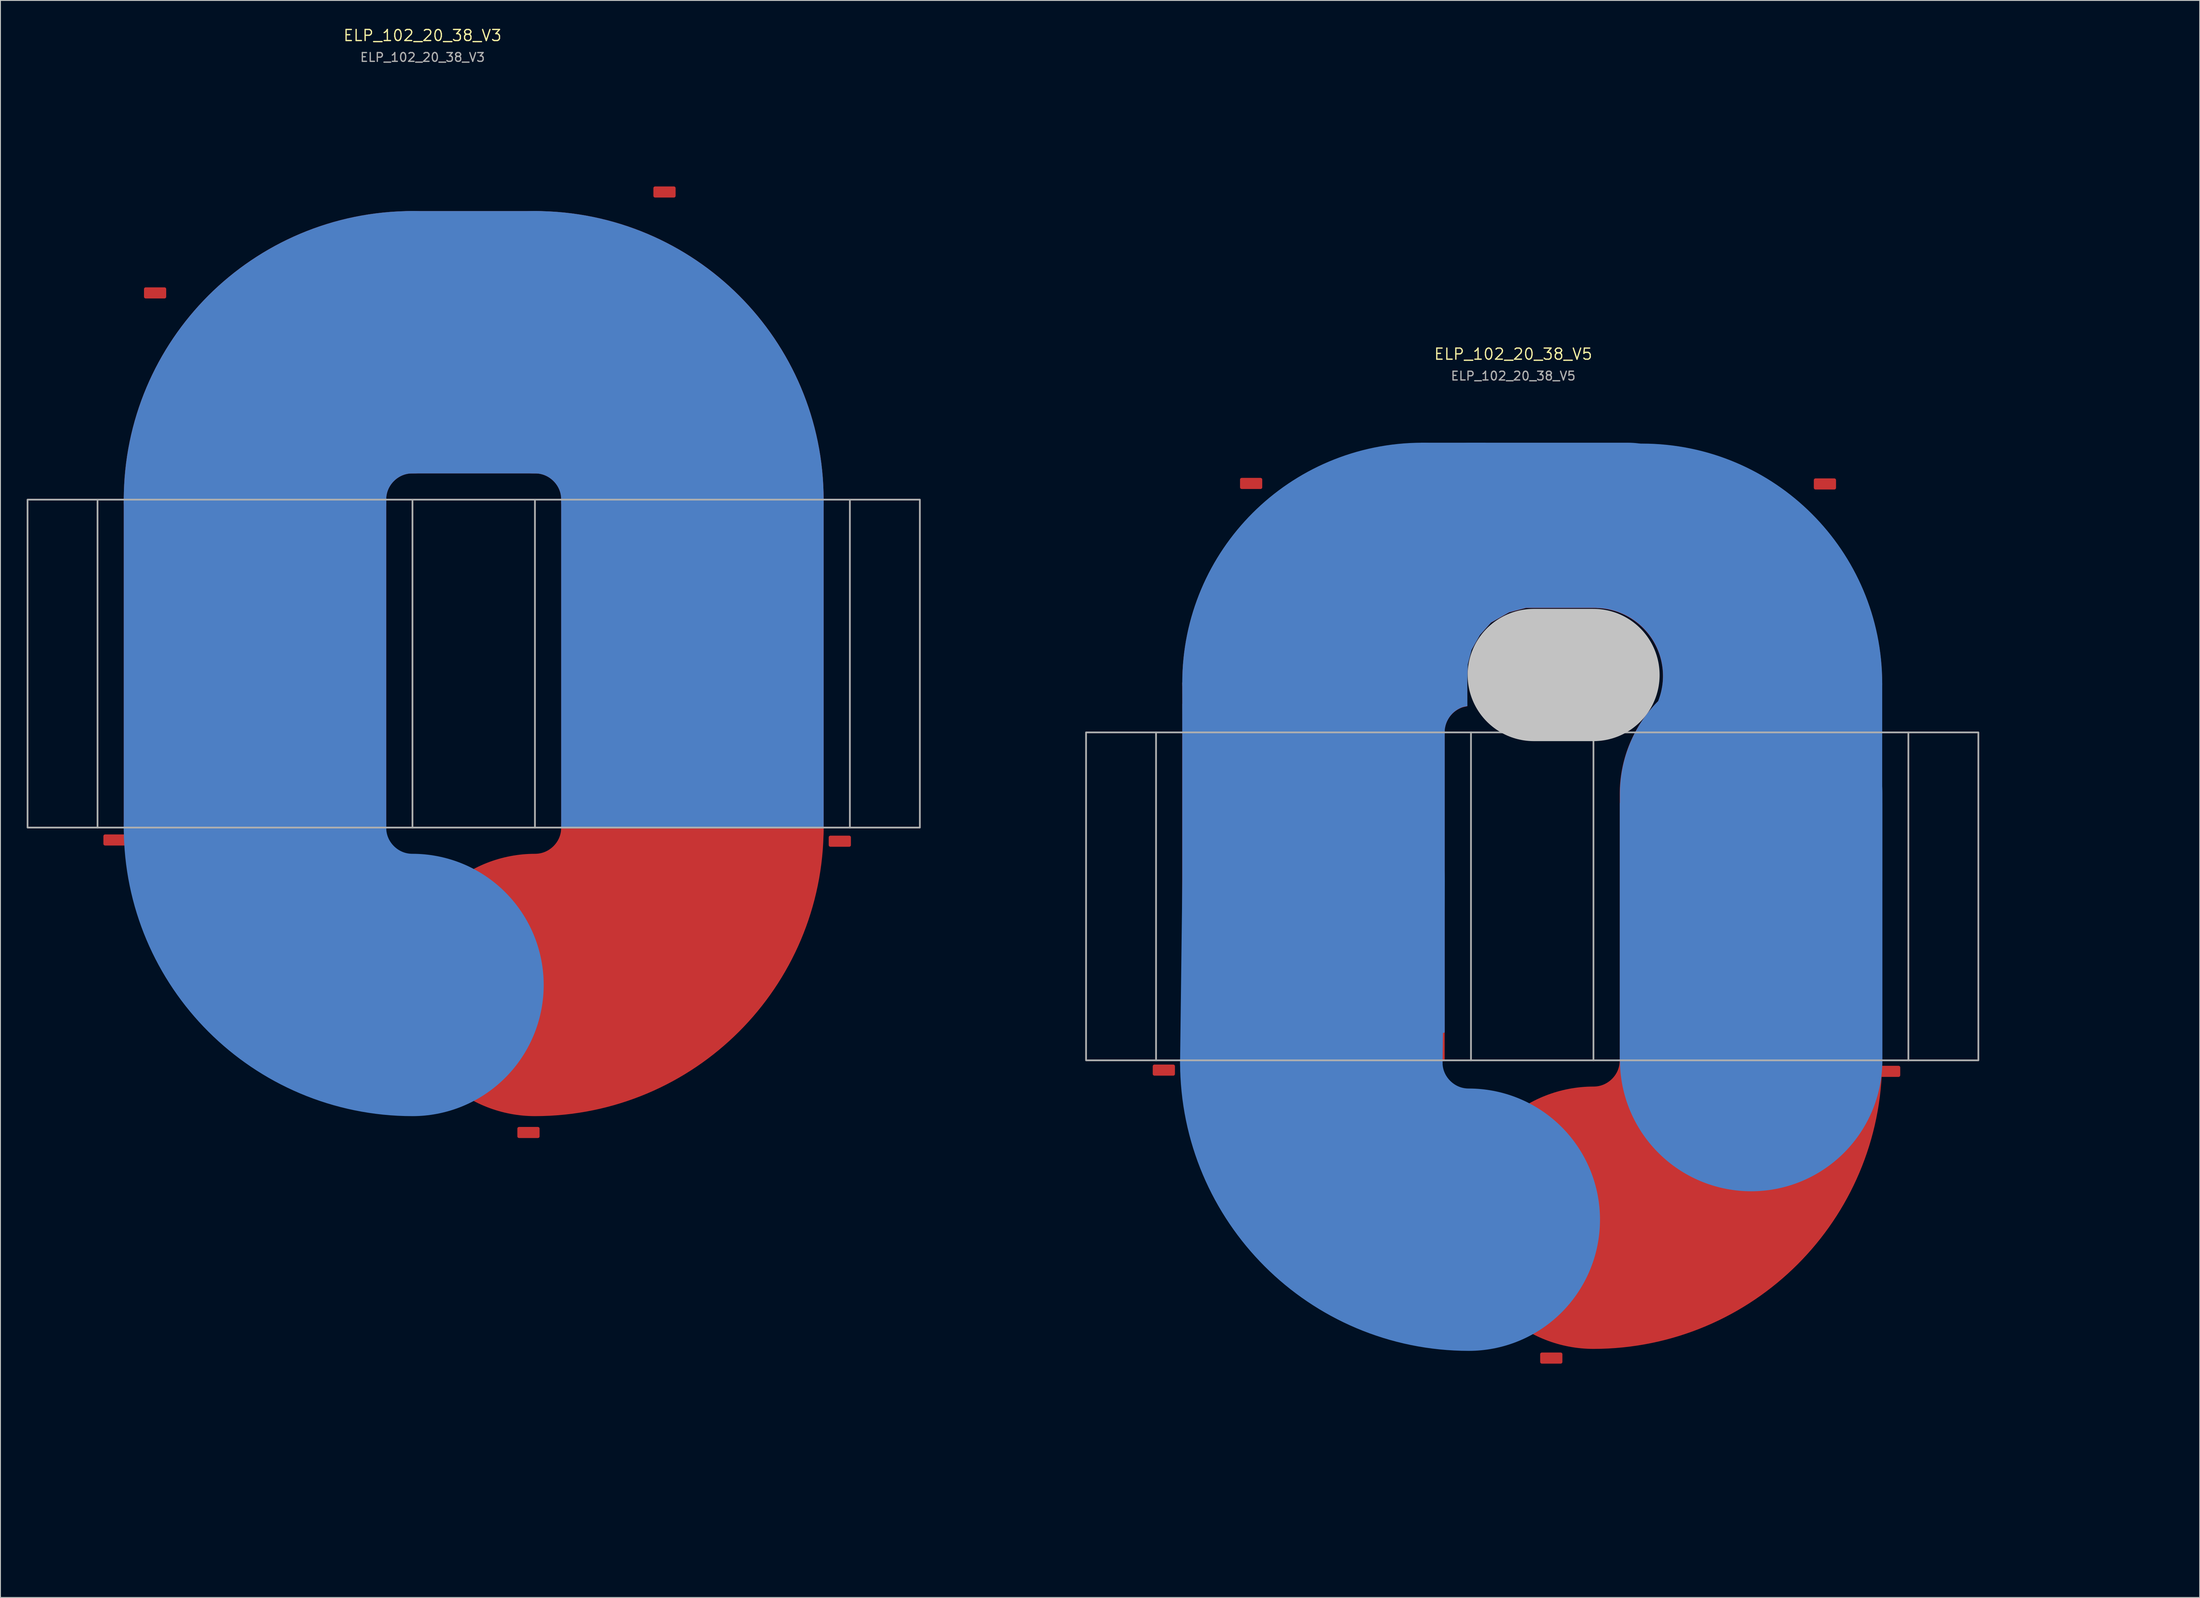
<source format=kicad_pcb>
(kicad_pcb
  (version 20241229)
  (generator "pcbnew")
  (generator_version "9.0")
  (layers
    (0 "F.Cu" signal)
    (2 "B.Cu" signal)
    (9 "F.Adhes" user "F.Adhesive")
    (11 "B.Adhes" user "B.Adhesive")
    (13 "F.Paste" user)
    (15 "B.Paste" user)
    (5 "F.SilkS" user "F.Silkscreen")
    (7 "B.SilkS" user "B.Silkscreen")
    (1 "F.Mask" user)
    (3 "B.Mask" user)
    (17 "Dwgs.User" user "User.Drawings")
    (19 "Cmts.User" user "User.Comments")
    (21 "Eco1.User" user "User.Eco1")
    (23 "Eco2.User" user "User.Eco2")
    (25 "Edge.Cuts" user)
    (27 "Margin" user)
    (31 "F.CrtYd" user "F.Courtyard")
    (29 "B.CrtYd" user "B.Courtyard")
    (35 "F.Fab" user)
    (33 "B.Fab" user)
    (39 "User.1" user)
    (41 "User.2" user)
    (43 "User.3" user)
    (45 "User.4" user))
  (footprint "ELP_102_20_38_V5"
    (layer "F.Cu")
    (at 169.93 37.443)
    (property "Reference" "ELP_102_20_38_V5" (at 0 0 0) (layer "F.SilkS") (effects (font (size 1.27 1.27) (thickness 0.15))))
    (fp_line (start 13.12 19.6) (end -4.83 19.6) (stroke (width 18.88) (type solid)) (layer "F.Cu"))
    (fp_line (start 27.17 80.76) (end 27.17 50.292) (stroke (width 30) (type default)) (layer "F.Cu"))
    (fp_rect (start -37.74 43.26) (end -7.94 80.76) (stroke (width 0.2) (type solid)) (fill yes) (layer "F.Cu"))
    (fp_rect (start -10.5 10.26) (end -3.22 12.23) (stroke (width 0.2) (type solid)) (fill yes) (layer "F.Cu"))
    (fp_rect (start 38.98 37.693) (end 42.07 60.233) (stroke (width 0.2) (type solid)) (fill yes) (layer "F.Cu"))
    (fp_arc (start -28.39 37.6) (mid -23.117922 24.872078) (end -10.39 19.6) (stroke (width 18.88) (type solid)) (layer "F.Cu"))
    (fp_arc (start -7.95 43.2725) (mid -7.207429 41.247374) (end -5.338526 40.170456) (stroke (width 0.2) (type solid)) (layer "F.Cu"))
    (fp_arc (start 9.58 28.902501) (mid 15.956736 32.463281) (end 16.711826 39.727698) (stroke (width 0.3) (type solid)) (layer "F.Cu"))
    (fp_arc (start 14.73 19.7) (mid 27.457922 24.972078) (end 32.73 37.7) (stroke (width 18.88) (type solid)) (layer "F.Cu"))
    (fp_arc (start 27.17 80.76) (mid 21.897922 93.487922) (end 9.17 98.76) (stroke (width 30) (type solid)) (layer "F.Cu"))
    (fp_poly (pts (xy -7.791 39.523) (xy -5.781 39.833) (xy -7.279 41.228) (xy -7.711 41.973) (xy -7.951 42.443) (xy -8.311 41.973)) (stroke (width 0.2) (type solid)) (fill yes) (layer "F.Cu"))
    (fp_poly (pts (xy 10.647 28.993) (xy 12.987 29.623) (xy 15.477 31.533) (xy 16.667 33.523) (xy 17.347 35.983) (xy 17.327 37.953) (xy 16.818 39.698) (xy 25.347 35.233) (xy 16.818 27.923) (xy 10.917 28.503)) (stroke (width 0.2) (type solid)) (fill yes) (layer "F.Cu"))
    (fp_poly (pts (xy 1.45 29.043) (xy -0.47 29.543) (xy -2.55 30.723) (xy -3.81 32.133) (xy -4.77 33.833) (xy -5.2 35.483) (xy -5.26 37.373) (xy -5.25 40.273) (xy -7.23 40.663) (xy -7.88 41.992) (xy -7.87 43.263) (xy -37.83 43.273) (xy -37.84 37.583) (xy -19.93 23.762)) (stroke (width 0) (type solid)) (fill yes) (layer "F.Cu"))
    (fp_line (start -23.082 80.985) (end -22.822 60.27) (stroke (width 30) (type default)) (layer "B.Cu"))
    (fp_line (start 13.128 19.575) (end -4.822 19.575) (stroke (width 18.88) (type solid)) (layer "B.Cu"))
    (fp_line (start 27.198 80.735) (end 27.198 50.267) (stroke (width 30) (type default)) (layer "B.Cu"))
    (fp_rect (start -37.732 40.017) (end -7.932 77.517) (stroke (width 0.2) (type solid)) (fill yes) (layer "B.Cu"))
    (fp_rect (start -10.492 10.235) (end -3.212 12.205) (stroke (width 0.2) (type solid)) (fill yes) (layer "B.Cu"))
    (fp_rect (start 12.278 51.385) (end 42.078 80.735) (stroke (width 0.2) (type solid)) (fill yes) (layer "B.Cu"))
    (fp_rect (start 38.988 37.667) (end 42.078 60.207) (stroke (width 0.2) (type solid)) (fill yes) (layer "B.Cu"))
    (fp_arc (start -28.391826 37.574718) (mid -23.119748 24.846796) (end -10.391826 19.574718) (stroke (width 18.88) (type solid)) (layer "B.Cu"))
    (fp_arc (start -7.941826 43.247218) (mid -7.199255 41.222091) (end -5.330352 40.145174) (stroke (width 0.2) (type solid)) (layer "B.Cu"))
    (fp_arc (start -5.081826 98.984718) (mid -17.809748 93.71264) (end -23.081826 80.984718) (stroke (width 30) (type solid)) (layer "B.Cu"))
    (fp_arc (start 9.588174 28.877219) (mid 15.96491 32.437999) (end 16.72 39.702416) (stroke (width 0.3) (type solid)) (layer "B.Cu"))
    (fp_arc (start 14.738174 19.674718) (mid 27.466096 24.946796) (end 32.738174 37.674718) (stroke (width 18.88) (type solid)) (layer "B.Cu"))
    (fp_poly (pts (xy -7.783 39.498) (xy -5.773 39.808) (xy -7.271 41.203) (xy -7.703 41.948) (xy -7.943 42.418) (xy -8.303 41.948)) (stroke (width 0.2) (type solid)) (fill yes) (layer "B.Cu"))
    (fp_poly (pts (xy 10.655 28.967) (xy 12.995 29.597) (xy 15.485 31.507) (xy 16.675 33.497) (xy 17.355 35.957) (xy 17.335 37.927) (xy 16.827 39.672) (xy 25.355 35.207) (xy 16.827 27.897) (xy 10.925 28.477)) (stroke (width 0.2) (type solid)) (fill yes) (layer "B.Cu"))
    (fp_poly (pts (xy 1.458 29.017) (xy -0.462 29.517) (xy -2.542 30.697) (xy -3.802 32.107) (xy -4.762 33.807) (xy -5.192 35.457) (xy -5.252 37.347) (xy -5.242 40.247) (xy -7.222 40.637) (xy -7.872 41.967) (xy -7.862 43.237) (xy -37.822 43.247) (xy -37.832 37.557) (xy -19.922 23.737)) (stroke (width 0) (type solid)) (fill yes) (layer "B.Cu"))
    (fp_line (start -34.267 19.96) (end -34.267 80.76) (stroke (width 7.125) (type default)) (layer "In1.Cu"))
    (fp_line (start -26.642 43.26) (end -26.642 80.76) (stroke (width 7.125) (type default)) (layer "In1.Cu"))
    (fp_line (start -19.017 43.26) (end -19.017 80.76) (stroke (width 7.125) (type default)) (layer "In1.Cu"))
    (fp_line (start -11.393 43.26) (end -11.393 80.76) (stroke (width 7.125) (type default)) (layer "In1.Cu"))
    (fp_line (start -4.83 87.323) (end 9.17 87.323) (stroke (width 7.125) (type default)) (layer "In1.Cu"))
    (fp_line (start -4.83 94.948) (end 9.17 94.948) (stroke (width 7.125) (type default)) (layer "In1.Cu"))
    (fp_line (start -4.83 102.573) (end 9.17 102.573) (stroke (width 7.125) (type default)) (layer "In1.Cu"))
    (fp_line (start -4.83 110.198) (end 9.17 110.198) (stroke (width 7.125) (type default)) (layer "In1.Cu"))
    (fp_line (start 9.17 13.822) (end 2.795 13.822) (stroke (width 7.125) (type default)) (layer "In1.Cu"))
    (fp_line (start 9.17 21.448) (end 2.795 21.448) (stroke (width 7.125) (type default)) (layer "In1.Cu"))
    (fp_line (start 9.17 29.073) (end 2.795 29.073) (stroke (width 7.125) (type default)) (layer "In1.Cu"))
    (fp_line (start 9.17 36.697) (end 2.35 36.697) (stroke (width 7.125) (type default)) (layer "In1.Cu"))
    (fp_line (start 15.732 80.76) (end 15.732 43.26) (stroke (width 7.125) (type default)) (layer "In1.Cu"))
    (fp_line (start 23.358 80.76) (end 23.358 43.26) (stroke (width 7.125) (type default)) (layer "In1.Cu"))
    (fp_line (start 30.983 80.76) (end 30.983 43.26) (stroke (width 7.125) (type default)) (layer "In1.Cu"))
    (fp_line (start 38.608 80.76) (end 38.608 43.26) (stroke (width 7.125) (type default)) (layer "In1.Cu"))
    (fp_arc (start -26.6425 43.26) (mid -18.020456 22.444544) (end 2.795 13.8225) (stroke (width 7.125) (type solid)) (layer "In1.Cu"))
    (fp_arc (start -19.0175 43.26) (mid -12.628767 27.836233) (end 2.795 21.4475) (stroke (width 7.125) (type solid)) (layer "In1.Cu"))
    (fp_arc (start -11.3925 43.26) (mid -7.237077 33.227923) (end 2.795 29.0725) (stroke (width 7.125) (type solid)) (layer "In1.Cu"))
    (fp_arc (start -4.83 87.3225) (mid -9.470388 85.400388) (end -11.3925 80.76) (stroke (width 7.125) (type solid)) (layer "In1.Cu"))
    (fp_arc (start -4.83 94.9475) (mid -14.862077 90.792077) (end -19.0175 80.76) (stroke (width 7.125) (type solid)) (layer "In1.Cu"))
    (fp_arc (start -4.83 102.5725) (mid -20.253767 96.183767) (end -26.6425 80.76) (stroke (width 7.125) (type solid)) (layer "In1.Cu"))
    (fp_arc (start -4.83 110.1975) (mid -25.645456 101.575456) (end -34.2675 80.76) (stroke (width 7.125) (type solid)) (layer "In1.Cu"))
    (fp_arc (start 9.17 13.8225) (mid 29.985456 22.444544) (end 38.6075 43.26) (stroke (width 7.125) (type solid)) (layer "In1.Cu"))
    (fp_arc (start 9.17 21.4475) (mid 24.593767 27.836233) (end 30.9825 43.26) (stroke (width 7.125) (type solid)) (layer "In1.Cu"))
    (fp_arc (start 9.17 29.0725) (mid 19.202077 33.227923) (end 23.3575 43.26) (stroke (width 7.125) (type solid)) (layer "In1.Cu"))
    (fp_arc (start 9.17 36.6975) (mid 13.810388 38.619612) (end 15.7325 43.26) (stroke (width 7.125) (type solid)) (layer "In1.Cu"))
    (fp_arc (start 15.7325 80.76) (mid 13.810388 85.400388) (end 9.17 87.3225) (stroke (width 7.125) (type solid)) (layer "In1.Cu"))
    (fp_arc (start 23.3575 80.76) (mid 19.202077 90.792077) (end 9.17 94.9475) (stroke (width 7.125) (type solid)) (layer "In1.Cu"))
    (fp_arc (start 30.9825 80.76) (mid 24.593767 96.183767) (end 9.17 102.5725) (stroke (width 7.125) (type solid)) (layer "In1.Cu"))
    (fp_arc (start 38.6075 80.76) (mid 29.985456 101.575456) (end 9.17 110.1975) (stroke (width 7.125) (type solid)) (layer "In1.Cu"))
    (fp_line (start 9.17 36.69) (end 2.35 36.69) (stroke (width 7.125) (type default)) (layer "In2.Cu"))
    (fp_line (start 9.17 36.697) (end 9.17 10.803) (stroke (width 7.125) (type default)) (layer "In2.Cu"))
    (fp_line (start 9.505 59.092) (end 9.505 28.665) (stroke (width 7.125) (type default)) (layer "In2.Cu"))
    (fp_line (start 9.535 59.085) (end 2.715 59.085) (stroke (width 7.125) (type default)) (layer "In2.Cu"))
    (fp_line (start 12.85 46.517) (end 12.85 16.09) (stroke (width 7.125) (type default)) (layer "In2.Cu"))
    (fp_line (start 12.88 46.51) (end 6.06 46.51) (stroke (width 7.125) (type default)) (layer "In2.Cu"))
    (fp_rect (start -64.63 -37.343) (end 75.37 139.088) (stroke (width 0.2) (type solid)) (fill no) (layer "In2.Cu"))
    (fp_line (start 9.17 36.697) (end 2.35 36.697) (stroke (width 15.125) (type solid)) (layer "Dwgs.User"))
    (fp_line (start -40.83 43.26) (end -40.83 80.76) (stroke (width 0.2) (type default)) (layer "F.Fab"))
    (fp_line (start -4.83 43.26) (end -4.83 80.76) (stroke (width 0.2) (type default)) (layer "F.Fab"))
    (fp_line (start 9.17 43.26) (end 9.17 80.76) (stroke (width 0.2) (type default)) (layer "F.Fab"))
    (fp_line (start 45.17 43.26) (end 45.17 80.76) (stroke (width 0.2) (type default)) (layer "F.Fab"))
    (fp_rect (start -48.83 43.26) (end 53.17 80.76) (stroke (width 0.2) (type solid)) (fill no) (layer "F.Fab"))
    (fp_text user "${REFERENCE}" (at 0 2.5 0) (unlocked yes) (layer "F.Fab") (effects (font (size 1 1) (thickness 0.15))))
    (pad "1" smd roundrect (at -29.96 14.79) (size 2.54 1.27) (layers "F.Cu") (roundrect_rratio 0.15))
    (pad "2" smd roundrect (at 35.63 14.85) (size 2.54 1.27) (layers "F.Cu") (roundrect_rratio 0.15))
    (pad "3" smd roundrect (at -39.94 81.88) (size 2.54 1.27) (layers "F.Cu") (roundrect_rratio 0.15))
    (pad "4" smd roundrect (at 4.35 114.81) (size 2.54 1.27) (layers "F.Cu") (roundrect_rratio 0.15))
    (pad "5" smd roundrect (at 42.97 82.02) (size 2.54 1.27) (layers "F.Cu") (roundrect_rratio 0.15)))
  (footprint "ELP_102_20_38_V3"
    (layer "F.Cu")
    (at 45.25 1.006)
    (property "Reference" "ELP_102_20_38_V3" (at 0 0 0) (layer "F.SilkS") (effects (font (size 1.27 1.27) (thickness 0.15))))
    (fp_line (start 12.85 35.08) (end -1.15 35.08) (stroke (width 30) (type default)) (layer "F.Cu"))
    (fp_line (start 30.85 90.58) (end 30.85 53.08) (stroke (width 30) (type default)) (layer "F.Cu"))
    (fp_rect (start -34.05 53.08) (end -4.25 90.58) (stroke (width 0.2) (type solid)) (fill yes) (layer "F.Cu"))
    (fp_arc (start -19.15 53.08) (mid -13.877922 40.352078) (end -1.15 35.08) (stroke (width 30) (type solid)) (layer "F.Cu"))
    (fp_arc (start 12.85 35.08) (mid 25.577922 40.352078) (end 30.85 53.08) (stroke (width 30) (type solid)) (layer "F.Cu"))
    (fp_arc (start 30.85 90.58) (mid 25.577922 103.307922) (end 12.85 108.58) (stroke (width 30) (type solid)) (layer "F.Cu"))
    (fp_line (start -19.15 53.08) (end -19.15 90.58) (stroke (width 30) (type default)) (layer "B.Cu"))
    (fp_line (start 12.85 35.08) (end -1.15 35.08) (stroke (width 30) (type default)) (layer "B.Cu"))
    (fp_rect (start 15.95 53.08) (end 45.75 90.58) (stroke (width 0.2) (type solid)) (fill yes) (layer "B.Cu"))
    (fp_arc (start -19.15 53.08) (mid -13.877922 40.352078) (end -1.15 35.08) (stroke (width 30) (type solid)) (layer "B.Cu"))
    (fp_arc (start -1.15 108.58) (mid -13.877922 103.307922) (end -19.15 90.58) (stroke (width 30) (type solid)) (layer "B.Cu"))
    (fp_arc (start 12.85 35.08) (mid 25.577922 40.352078) (end 30.85 53.08) (stroke (width 30) (type solid)) (layer "B.Cu"))
    (fp_line (start -30.587 29.78) (end -30.587 90.58) (stroke (width 7.125) (type default)) (layer "In1.Cu"))
    (fp_line (start -22.962 53.08) (end -22.962 90.58) (stroke (width 7.125) (type default)) (layer "In1.Cu"))
    (fp_line (start -15.338 53.08) (end -15.338 90.58) (stroke (width 7.125) (type default)) (layer "In1.Cu"))
    (fp_line (start -7.713 53.08) (end -7.713 90.58) (stroke (width 7.125) (type default)) (layer "In1.Cu"))
    (fp_line (start -1.15 97.142) (end 12.85 97.142) (stroke (width 7.125) (type default)) (layer "In1.Cu"))
    (fp_line (start -1.15 104.767) (end 12.85 104.767) (stroke (width 7.125) (type default)) (layer "In1.Cu"))
    (fp_line (start -1.15 112.392) (end 12.85 112.392) (stroke (width 7.125) (type default)) (layer "In1.Cu"))
    (fp_line (start -1.15 120.017) (end 12.85 120.017) (stroke (width 7.125) (type default)) (layer "In1.Cu"))
    (fp_line (start 12.85 23.642) (end 6.475 23.642) (stroke (width 7.125) (type default)) (layer "In1.Cu"))
    (fp_line (start 12.85 31.267) (end 6.475 31.267) (stroke (width 7.125) (type default)) (layer "In1.Cu"))
    (fp_line (start 12.85 38.892) (end 6.475 38.892) (stroke (width 7.125) (type default)) (layer "In1.Cu"))
    (fp_line (start 12.85 46.517) (end 6.03 46.517) (stroke (width 7.125) (type default)) (layer "In1.Cu"))
    (fp_line (start 19.413 90.58) (end 19.413 53.08) (stroke (width 7.125) (type default)) (layer "In1.Cu"))
    (fp_line (start 27.038 90.58) (end 27.038 53.08) (stroke (width 7.125) (type default)) (layer "In1.Cu"))
    (fp_line (start 34.663 90.58) (end 34.663 53.08) (stroke (width 7.125) (type default)) (layer "In1.Cu"))
    (fp_line (start 42.288 90.58) (end 42.288 53.08) (stroke (width 7.125) (type default)) (layer "In1.Cu"))
    (fp_arc (start -22.9625 53.08) (mid -14.340456 32.264544) (end 6.475 23.6425) (stroke (width 7.125) (type solid)) (layer "In1.Cu"))
    (fp_arc (start -15.3375 53.08) (mid -8.948767 37.656233) (end 6.475 31.2675) (stroke (width 7.125) (type solid)) (layer "In1.Cu"))
    (fp_arc (start -7.7125 53.08) (mid -3.557077 43.047923) (end 6.475 38.8925) (stroke (width 7.125) (type solid)) (layer "In1.Cu"))
    (fp_arc (start -1.15 97.1425) (mid -5.790388 95.220388) (end -7.7125 90.58) (stroke (width 7.125) (type solid)) (layer "In1.Cu"))
    (fp_arc (start -1.15 104.7675) (mid -11.182077 100.612077) (end -15.3375 90.58) (stroke (width 7.125) (type solid)) (layer "In1.Cu"))
    (fp_arc (start -1.15 112.3925) (mid -16.573767 106.003767) (end -22.9625 90.58) (stroke (width 7.125) (type solid)) (layer "In1.Cu"))
    (fp_arc (start -1.15 120.0175) (mid -21.965456 111.395456) (end -30.5875 90.58) (stroke (width 7.125) (type solid)) (layer "In1.Cu"))
    (fp_arc (start 12.85 23.6425) (mid 33.665456 32.264544) (end 42.2875 53.08) (stroke (width 7.125) (type solid)) (layer "In1.Cu"))
    (fp_arc (start 12.85 31.2675) (mid 28.273767 37.656233) (end 34.6625 53.08) (stroke (width 7.125) (type solid)) (layer "In1.Cu"))
    (fp_arc (start 12.85 38.8925) (mid 22.882077 43.047923) (end 27.0375 53.08) (stroke (width 7.125) (type solid)) (layer "In1.Cu"))
    (fp_arc (start 12.85 46.5175) (mid 17.490388 48.439612) (end 19.4125 53.08) (stroke (width 7.125) (type solid)) (layer "In1.Cu"))
    (fp_arc (start 19.4125 90.58) (mid 17.490388 95.220388) (end 12.85 97.1425) (stroke (width 7.125) (type solid)) (layer "In1.Cu"))
    (fp_arc (start 27.0375 90.58) (mid 22.882077 100.612077) (end 12.85 104.7675) (stroke (width 7.125) (type solid)) (layer "In1.Cu"))
    (fp_arc (start 34.6625 90.58) (mid 28.273767 106.003767) (end 12.85 112.3925) (stroke (width 7.125) (type solid)) (layer "In1.Cu"))
    (fp_arc (start 42.2875 90.58) (mid 33.665456 111.395456) (end 12.85 120.0175) (stroke (width 7.125) (type solid)) (layer "In1.Cu"))
    (fp_line (start 9.505 59.092) (end 9.505 28.665) (stroke (width 7.125) (type default)) (layer "In2.Cu"))
    (fp_line (start 9.535 59.085) (end 2.715 59.085) (stroke (width 7.125) (type default)) (layer "In2.Cu"))
    (fp_line (start 12.85 46.517) (end 12.85 16.09) (stroke (width 7.125) (type default)) (layer "In2.Cu"))
    (fp_line (start 12.88 46.51) (end 6.06 46.51) (stroke (width 7.125) (type default)) (layer "In2.Cu"))
    (fp_line (start -37.15 53.08) (end -37.15 90.58) (stroke (width 0.2) (type default)) (layer "F.Fab"))
    (fp_line (start -1.15 53.08) (end -1.15 90.58) (stroke (width 0.2) (type default)) (layer "F.Fab"))
    (fp_line (start 12.85 53.08) (end 12.85 90.58) (stroke (width 0.2) (type default)) (layer "F.Fab"))
    (fp_line (start 48.85 53.08) (end 48.85 90.58) (stroke (width 0.2) (type default)) (layer "F.Fab"))
    (fp_rect (start -45.15 53.08) (end 56.85 90.58) (stroke (width 0.2) (type solid)) (fill no) (layer "F.Fab"))
    (fp_text user "${REFERENCE}" (at 0 2.5 0) (unlocked yes) (layer "F.Fab") (effects (font (size 1 1) (thickness 0.15))))
    (pad "1" smd roundrect (at -30.57 29.44) (size 2.54 1.27) (layers "F.Cu") (roundrect_rratio 0.15))
    (pad "2" smd roundrect (at 27.66 17.9) (size 2.54 1.27) (layers "F.Cu") (roundrect_rratio 0.15))
    (pad "3" smd roundrect (at -35.21 92) (size 2.54 1.27) (layers "F.Cu") (roundrect_rratio 0.15))
    (pad "4" smd roundrect (at 12.11 125.45) (size 2.54 1.27) (layers "F.Cu") (roundrect_rratio 0.15))
    (pad "5" smd roundrect (at 47.7 92.14) (size 2.54 1.27) (layers "F.Cu") (roundrect_rratio 0.15)))
  (gr_rect
    (start -3 -3)
    (end 248.4 179.63)
    (stroke (width 0.1) (type default))
    (fill no)
    (layer "Edge.Cuts")))
</source>
